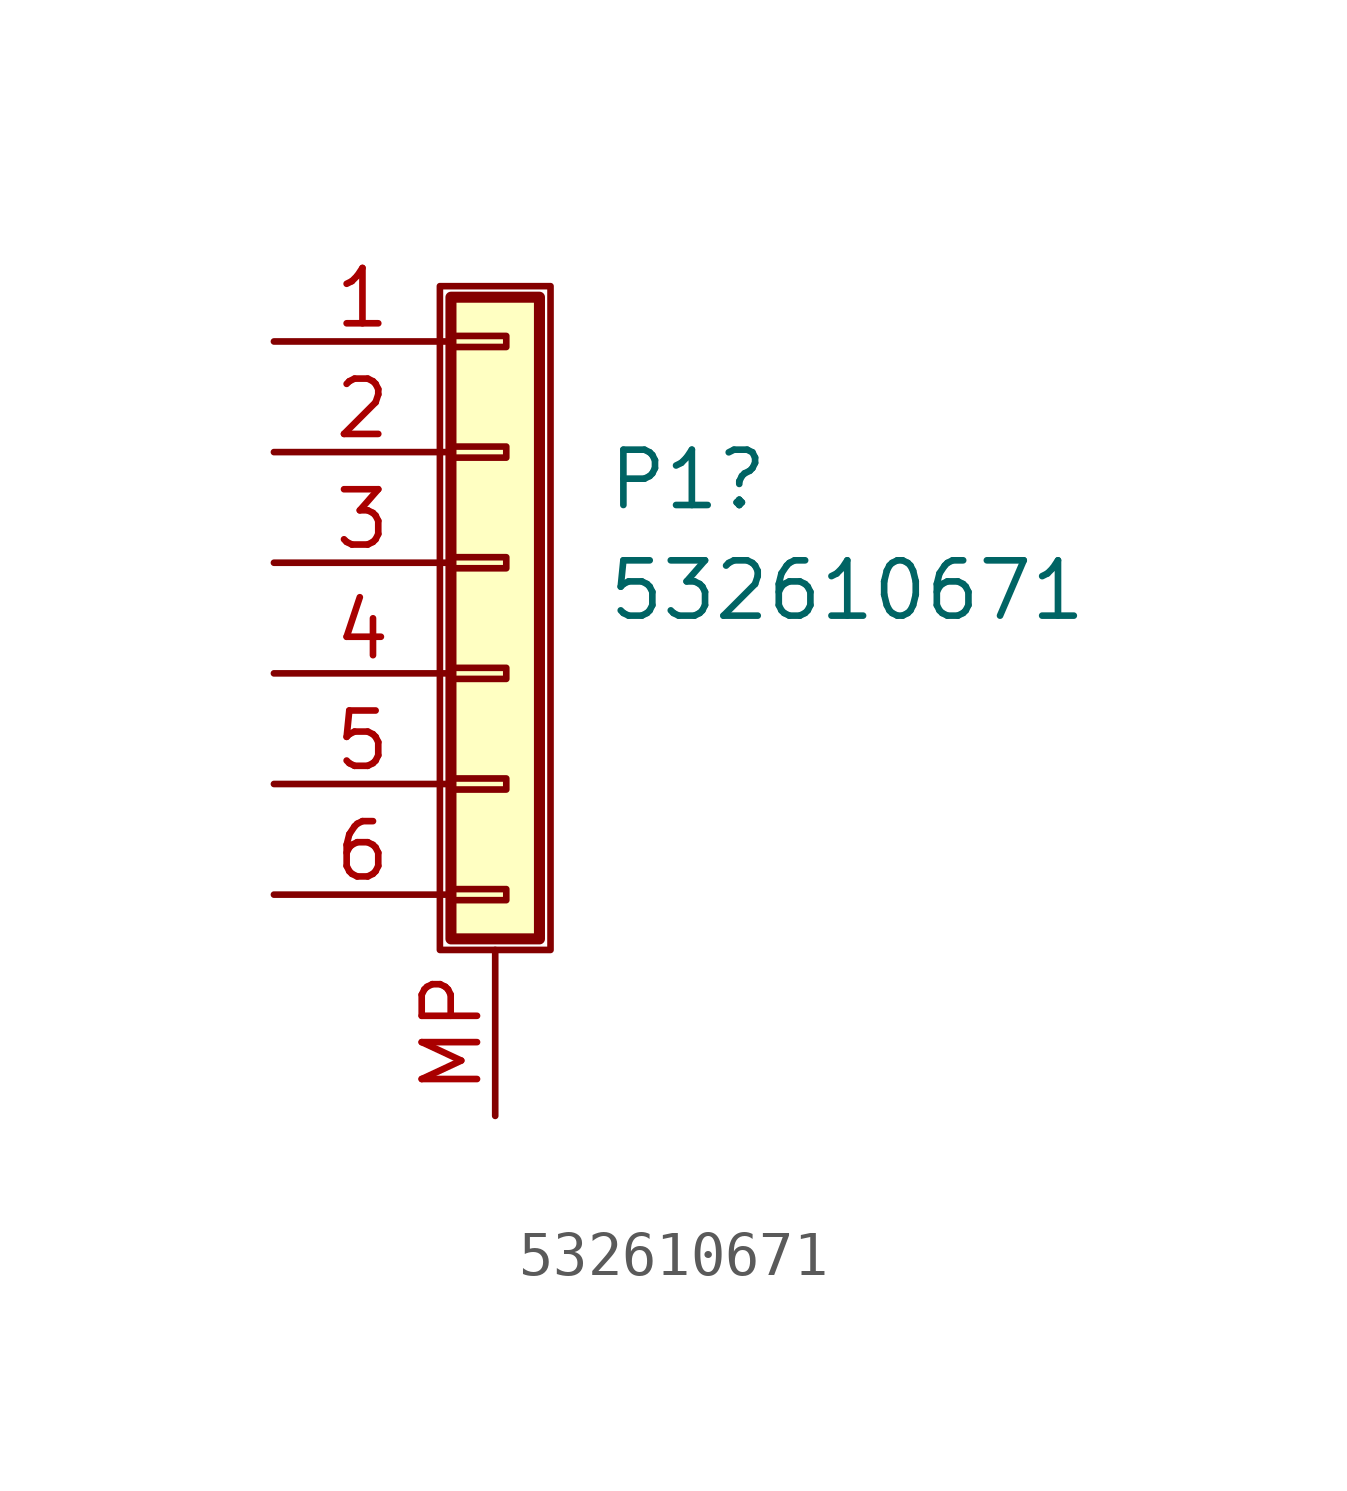
<source format=kicad_sym>
(kicad_symbol_lib
  (version 20220914)
  (generator kicad_symbol_editor)
  (symbol "532610671"
    (pin_names
      (offset 1.016) hide)
    (property "Reference" "P1"
      (at 2.54 1.905 0)
      (effects (font (size 1.27 1.27)) (justify left)))
    (property "Value" "532610671"
      (at 2.54 -0.635 0)
      (effects (font (size 1.27 1.27)) (justify left)))
    (symbol "532610671_1_1"
      (rectangle (start -1.27 6.35) (end 1.27 -8.89) (stroke (width 0.152) (type default)) (fill (type none)))
      (rectangle (start -1.016 -7.493) (end 0.254 -7.747) (stroke (width 0.152) (type default)) (fill (type none)))
      (rectangle (start -1.016 -4.953) (end 0.254 -5.207) (stroke (width 0.152) (type default)) (fill (type none)))
      (rectangle (start -1.016 -2.413) (end 0.254 -2.667) (stroke (width 0.152) (type default)) (fill (type none)))
      (rectangle (start -1.016 0.127) (end 0.254 -0.127) (stroke (width 0.152) (type default)) (fill (type none)))
      (rectangle (start -1.016 2.667) (end 0.254 2.413) (stroke (width 0.152) (type default)) (fill (type none)))
      (rectangle (start -1.016 5.207) (end 0.254 4.953) (stroke (width 0.152) (type default)) (fill (type none)))
      (rectangle (start -1.016 6.096) (end 1.016 -8.636) (stroke (width 0.254) (type default)) (fill (type background)))
      (pin passive line (at -5.08 5.08 0) (length 4.064) (name "Pin_1" (effects (font (size 1.27 1.27)))) (number "1" (effects (font (size 1.27 1.27)))))
      (pin passive line (at -5.08 2.54 0) (length 4.064) (name "Pin_2" (effects (font (size 1.27 1.27)))) (number "2" (effects (font (size 1.27 1.27)))))
      (pin passive line (at -5.08 0 0) (length 4.064) (name "Pin_3" (effects (font (size 1.27 1.27)))) (number "3" (effects (font (size 1.27 1.27)))))
      (pin passive line (at -5.08 -2.54 0) (length 4.064) (name "Pin_4" (effects (font (size 1.27 1.27)))) (number "4" (effects (font (size 1.27 1.27)))))
      (pin passive line (at -5.08 -5.08 0) (length 4.064) (name "Pin_5" (effects (font (size 1.27 1.27)))) (number "5" (effects (font (size 1.27 1.27)))))
      (pin passive line (at -5.08 -7.62 0) (length 4.064) (name "Pin_6" (effects (font (size 1.27 1.27)))) (number "6" (effects (font (size 1.27 1.27)))))
      (pin passive line (at 0 -12.7 90) (length 3.81) (name "Shield" (effects (font (size 1.27 1.27)))) (number "MP" (effects (font (size 1.27 1.27))))))))
</source>
